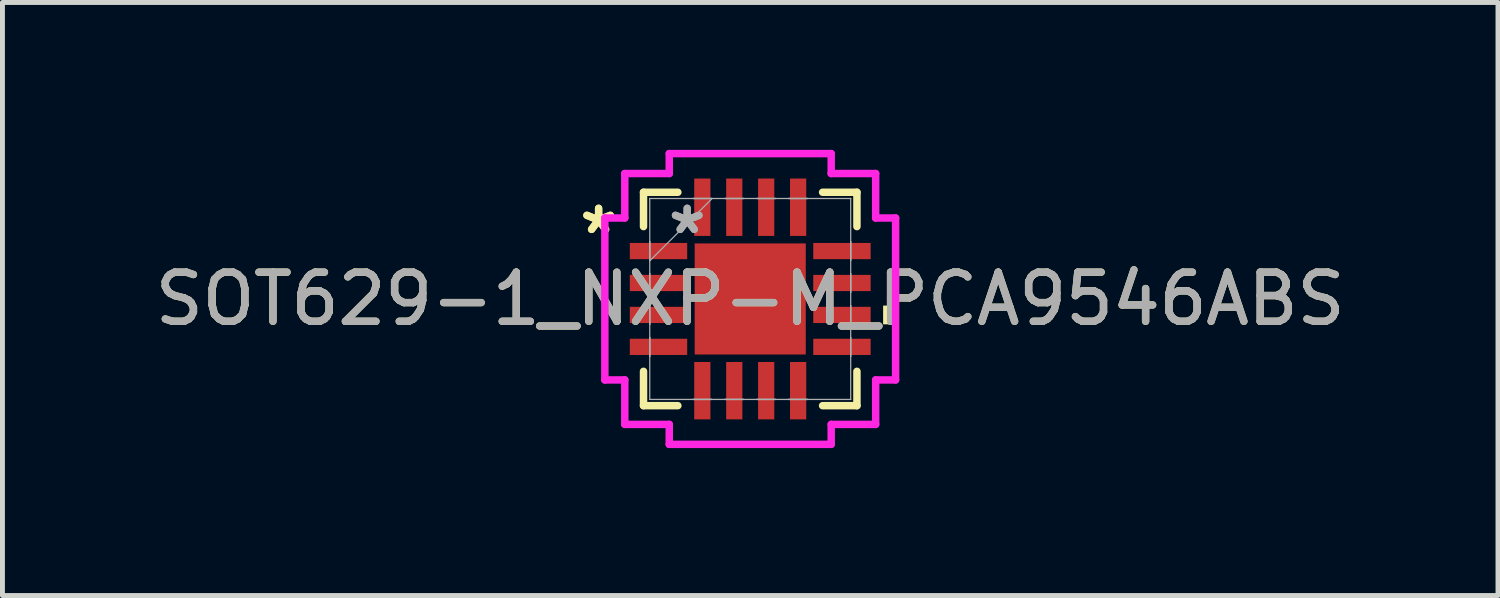
<source format=kicad_pcb>
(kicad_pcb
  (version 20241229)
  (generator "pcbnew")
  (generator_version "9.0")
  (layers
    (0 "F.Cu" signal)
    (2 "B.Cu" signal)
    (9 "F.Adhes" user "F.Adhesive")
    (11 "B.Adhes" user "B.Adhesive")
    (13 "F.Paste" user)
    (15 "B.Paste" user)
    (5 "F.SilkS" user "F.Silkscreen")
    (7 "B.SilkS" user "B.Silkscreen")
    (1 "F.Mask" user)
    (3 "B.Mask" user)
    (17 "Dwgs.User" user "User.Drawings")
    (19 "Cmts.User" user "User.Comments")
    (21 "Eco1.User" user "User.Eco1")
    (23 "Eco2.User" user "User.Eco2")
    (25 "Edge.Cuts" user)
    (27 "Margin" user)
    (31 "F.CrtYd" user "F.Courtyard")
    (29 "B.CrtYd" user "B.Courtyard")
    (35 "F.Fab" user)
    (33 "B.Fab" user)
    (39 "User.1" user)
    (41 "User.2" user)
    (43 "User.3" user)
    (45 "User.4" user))
  (footprint "SOT629-1_NXP-M_PCA9546ABS"
    (layer "F.Cu")
    (at 12.22 3.035)
    (property "Reference" "SOT629-1_NXP-M_PCA9546ABS" (at 0 0 0) (unlocked yes) (layer "F.SilkS") (effects (font (size 1 1) (thickness 0.15))))
    (attr smd)
    (fp_line (start -2.172 -2.172) (end -2.172 -1.473) (stroke (width 0.152) (type solid)) (layer "F.SilkS"))
    (fp_line (start -2.172 1.473) (end -2.172 2.172) (stroke (width 0.152) (type solid)) (layer "F.SilkS"))
    (fp_line (start -2.172 2.172) (end -1.473 2.172) (stroke (width 0.152) (type solid)) (layer "F.SilkS"))
    (fp_line (start -1.473 -2.172) (end -2.172 -2.172) (stroke (width 0.152) (type solid)) (layer "F.SilkS"))
    (fp_line (start 1.473 2.172) (end 2.172 2.172) (stroke (width 0.152) (type solid)) (layer "F.SilkS"))
    (fp_line (start 2.172 -2.172) (end 1.473 -2.172) (stroke (width 0.152) (type solid)) (layer "F.SilkS"))
    (fp_line (start 2.172 -1.473) (end 2.172 -2.172) (stroke (width 0.152) (type solid)) (layer "F.SilkS"))
    (fp_line (start 2.172 2.172) (end 2.172 1.473) (stroke (width 0.152) (type solid)) (layer "F.SilkS"))
    (fp_poly (pts (xy 2.959 0.135) (xy 2.959 0.516) (xy 2.705 0.516) (xy 2.705 0.135)) (stroke (width 0) (type solid)) (fill yes) (layer "F.SilkS"))
    (fp_line (start -2.959 -1.648) (end -2.553 -1.648) (stroke (width 0.152) (type solid)) (layer "F.CrtYd"))
    (fp_line (start -2.959 1.648) (end -2.959 -1.648) (stroke (width 0.152) (type solid)) (layer "F.CrtYd"))
    (fp_line (start -2.553 -2.553) (end -1.648 -2.553) (stroke (width 0.152) (type solid)) (layer "F.CrtYd"))
    (fp_line (start -2.553 -1.648) (end -2.553 -2.553) (stroke (width 0.152) (type solid)) (layer "F.CrtYd"))
    (fp_line (start -2.553 1.648) (end -2.959 1.648) (stroke (width 0.152) (type solid)) (layer "F.CrtYd"))
    (fp_line (start -2.553 2.553) (end -2.553 1.648) (stroke (width 0.152) (type solid)) (layer "F.CrtYd"))
    (fp_line (start -1.648 -2.959) (end 1.648 -2.959) (stroke (width 0.152) (type solid)) (layer "F.CrtYd"))
    (fp_line (start -1.648 -2.553) (end -1.648 -2.959) (stroke (width 0.152) (type solid)) (layer "F.CrtYd"))
    (fp_line (start -1.648 2.553) (end -2.553 2.553) (stroke (width 0.152) (type solid)) (layer "F.CrtYd"))
    (fp_line (start -1.648 2.959) (end -1.648 2.553) (stroke (width 0.152) (type solid)) (layer "F.CrtYd"))
    (fp_line (start 1.648 -2.959) (end 1.648 -2.553) (stroke (width 0.152) (type solid)) (layer "F.CrtYd"))
    (fp_line (start 1.648 -2.553) (end 2.553 -2.553) (stroke (width 0.152) (type solid)) (layer "F.CrtYd"))
    (fp_line (start 1.648 2.553) (end 1.648 2.959) (stroke (width 0.152) (type solid)) (layer "F.CrtYd"))
    (fp_line (start 1.648 2.959) (end -1.648 2.959) (stroke (width 0.152) (type solid)) (layer "F.CrtYd"))
    (fp_line (start 2.553 -2.553) (end 2.553 -1.648) (stroke (width 0.152) (type solid)) (layer "F.CrtYd"))
    (fp_line (start 2.553 -1.648) (end 2.959 -1.648) (stroke (width 0.152) (type solid)) (layer "F.CrtYd"))
    (fp_line (start 2.553 1.648) (end 2.553 2.553) (stroke (width 0.152) (type solid)) (layer "F.CrtYd"))
    (fp_line (start 2.553 2.553) (end 1.648 2.553) (stroke (width 0.152) (type solid)) (layer "F.CrtYd"))
    (fp_line (start 2.959 -1.648) (end 2.959 1.648) (stroke (width 0.152) (type solid)) (layer "F.CrtYd"))
    (fp_line (start 2.959 1.648) (end 2.553 1.648) (stroke (width 0.152) (type solid)) (layer "F.CrtYd"))
    (fp_line (start -2.045 -2.045) (end -2.045 -2.045) (stroke (width 0.025) (type solid)) (layer "F.Fab"))
    (fp_line (start -2.045 -2.045) (end -2.045 2.045) (stroke (width 0.025) (type solid)) (layer "F.Fab"))
    (fp_line (start -2.045 -1.165) (end -2.045 -1.165) (stroke (width 0.025) (type solid)) (layer "F.Fab"))
    (fp_line (start -2.045 -1.165) (end -2.045 -0.784) (stroke (width 0.025) (type solid)) (layer "F.Fab"))
    (fp_line (start -2.045 -0.784) (end -2.045 -1.165) (stroke (width 0.025) (type solid)) (layer "F.Fab"))
    (fp_line (start -2.045 -0.784) (end -2.045 -0.784) (stroke (width 0.025) (type solid)) (layer "F.Fab"))
    (fp_line (start -2.045 -0.775) (end -0.775 -2.045) (stroke (width 0.025) (type solid)) (layer "F.Fab"))
    (fp_line (start -2.045 -0.515) (end -2.045 -0.515) (stroke (width 0.025) (type solid)) (layer "F.Fab"))
    (fp_line (start -2.045 -0.515) (end -2.045 -0.135) (stroke (width 0.025) (type solid)) (layer "F.Fab"))
    (fp_line (start -2.045 -0.135) (end -2.045 -0.515) (stroke (width 0.025) (type solid)) (layer "F.Fab"))
    (fp_line (start -2.045 -0.135) (end -2.045 -0.135) (stroke (width 0.025) (type solid)) (layer "F.Fab"))
    (fp_line (start -2.045 0.135) (end -2.045 0.135) (stroke (width 0.025) (type solid)) (layer "F.Fab"))
    (fp_line (start -2.045 0.135) (end -2.045 0.515) (stroke (width 0.025) (type solid)) (layer "F.Fab"))
    (fp_line (start -2.045 0.515) (end -2.045 0.135) (stroke (width 0.025) (type solid)) (layer "F.Fab"))
    (fp_line (start -2.045 0.515) (end -2.045 0.515) (stroke (width 0.025) (type solid)) (layer "F.Fab"))
    (fp_line (start -2.045 0.784) (end -2.045 0.784) (stroke (width 0.025) (type solid)) (layer "F.Fab"))
    (fp_line (start -2.045 0.784) (end -2.045 1.165) (stroke (width 0.025) (type solid)) (layer "F.Fab"))
    (fp_line (start -2.045 1.165) (end -2.045 0.784) (stroke (width 0.025) (type solid)) (layer "F.Fab"))
    (fp_line (start -2.045 1.165) (end -2.045 1.165) (stroke (width 0.025) (type solid)) (layer "F.Fab"))
    (fp_line (start -2.045 2.045) (end -2.045 2.045) (stroke (width 0.025) (type solid)) (layer "F.Fab"))
    (fp_line (start -2.045 2.045) (end 2.045 2.045) (stroke (width 0.025) (type solid)) (layer "F.Fab"))
    (fp_line (start -1.165 -2.045) (end -1.165 -2.045) (stroke (width 0.025) (type solid)) (layer "F.Fab"))
    (fp_line (start -1.165 -2.045) (end -0.784 -2.045) (stroke (width 0.025) (type solid)) (layer "F.Fab"))
    (fp_line (start -1.165 2.045) (end -1.165 2.045) (stroke (width 0.025) (type solid)) (layer "F.Fab"))
    (fp_line (start -1.165 2.045) (end -0.784 2.045) (stroke (width 0.025) (type solid)) (layer "F.Fab"))
    (fp_line (start -0.784 -2.045) (end -1.165 -2.045) (stroke (width 0.025) (type solid)) (layer "F.Fab"))
    (fp_line (start -0.784 -2.045) (end -0.784 -2.045) (stroke (width 0.025) (type solid)) (layer "F.Fab"))
    (fp_line (start -0.784 2.045) (end -1.165 2.045) (stroke (width 0.025) (type solid)) (layer "F.Fab"))
    (fp_line (start -0.784 2.045) (end -0.784 2.045) (stroke (width 0.025) (type solid)) (layer "F.Fab"))
    (fp_line (start -0.515 -2.045) (end -0.515 -2.045) (stroke (width 0.025) (type solid)) (layer "F.Fab"))
    (fp_line (start -0.515 -2.045) (end -0.135 -2.045) (stroke (width 0.025) (type solid)) (layer "F.Fab"))
    (fp_line (start -0.515 2.045) (end -0.515 2.045) (stroke (width 0.025) (type solid)) (layer "F.Fab"))
    (fp_line (start -0.515 2.045) (end -0.135 2.045) (stroke (width 0.025) (type solid)) (layer "F.Fab"))
    (fp_line (start -0.135 -2.045) (end -0.515 -2.045) (stroke (width 0.025) (type solid)) (layer "F.Fab"))
    (fp_line (start -0.135 -2.045) (end -0.135 -2.045) (stroke (width 0.025) (type solid)) (layer "F.Fab"))
    (fp_line (start -0.135 2.045) (end -0.515 2.045) (stroke (width 0.025) (type solid)) (layer "F.Fab"))
    (fp_line (start -0.135 2.045) (end -0.135 2.045) (stroke (width 0.025) (type solid)) (layer "F.Fab"))
    (fp_line (start 0.135 -2.045) (end 0.135 -2.045) (stroke (width 0.025) (type solid)) (layer "F.Fab"))
    (fp_line (start 0.135 -2.045) (end 0.515 -2.045) (stroke (width 0.025) (type solid)) (layer "F.Fab"))
    (fp_line (start 0.135 2.045) (end 0.135 2.045) (stroke (width 0.025) (type solid)) (layer "F.Fab"))
    (fp_line (start 0.135 2.045) (end 0.515 2.045) (stroke (width 0.025) (type solid)) (layer "F.Fab"))
    (fp_line (start 0.515 -2.045) (end 0.135 -2.045) (stroke (width 0.025) (type solid)) (layer "F.Fab"))
    (fp_line (start 0.515 -2.045) (end 0.515 -2.045) (stroke (width 0.025) (type solid)) (layer "F.Fab"))
    (fp_line (start 0.515 2.045) (end 0.135 2.045) (stroke (width 0.025) (type solid)) (layer "F.Fab"))
    (fp_line (start 0.515 2.045) (end 0.515 2.045) (stroke (width 0.025) (type solid)) (layer "F.Fab"))
    (fp_line (start 0.784 -2.045) (end 0.784 -2.045) (stroke (width 0.025) (type solid)) (layer "F.Fab"))
    (fp_line (start 0.784 -2.045) (end 1.165 -2.045) (stroke (width 0.025) (type solid)) (layer "F.Fab"))
    (fp_line (start 0.784 2.045) (end 0.784 2.045) (stroke (width 0.025) (type solid)) (layer "F.Fab"))
    (fp_line (start 0.784 2.045) (end 1.165 2.045) (stroke (width 0.025) (type solid)) (layer "F.Fab"))
    (fp_line (start 1.165 -2.045) (end 0.784 -2.045) (stroke (width 0.025) (type solid)) (layer "F.Fab"))
    (fp_line (start 1.165 -2.045) (end 1.165 -2.045) (stroke (width 0.025) (type solid)) (layer "F.Fab"))
    (fp_line (start 1.165 2.045) (end 0.784 2.045) (stroke (width 0.025) (type solid)) (layer "F.Fab"))
    (fp_line (start 1.165 2.045) (end 1.165 2.045) (stroke (width 0.025) (type solid)) (layer "F.Fab"))
    (fp_line (start 2.045 -2.045) (end -2.045 -2.045) (stroke (width 0.025) (type solid)) (layer "F.Fab"))
    (fp_line (start 2.045 -2.045) (end 2.045 -2.045) (stroke (width 0.025) (type solid)) (layer "F.Fab"))
    (fp_line (start 2.045 -1.165) (end 2.045 -1.165) (stroke (width 0.025) (type solid)) (layer "F.Fab"))
    (fp_line (start 2.045 -1.165) (end 2.045 -0.784) (stroke (width 0.025) (type solid)) (layer "F.Fab"))
    (fp_line (start 2.045 -0.784) (end 2.045 -1.165) (stroke (width 0.025) (type solid)) (layer "F.Fab"))
    (fp_line (start 2.045 -0.784) (end 2.045 -0.784) (stroke (width 0.025) (type solid)) (layer "F.Fab"))
    (fp_line (start 2.045 -0.515) (end 2.045 -0.515) (stroke (width 0.025) (type solid)) (layer "F.Fab"))
    (fp_line (start 2.045 -0.515) (end 2.045 -0.135) (stroke (width 0.025) (type solid)) (layer "F.Fab"))
    (fp_line (start 2.045 -0.135) (end 2.045 -0.515) (stroke (width 0.025) (type solid)) (layer "F.Fab"))
    (fp_line (start 2.045 -0.135) (end 2.045 -0.135) (stroke (width 0.025) (type solid)) (layer "F.Fab"))
    (fp_line (start 2.045 0.135) (end 2.045 0.135) (stroke (width 0.025) (type solid)) (layer "F.Fab"))
    (fp_line (start 2.045 0.135) (end 2.045 0.515) (stroke (width 0.025) (type solid)) (layer "F.Fab"))
    (fp_line (start 2.045 0.515) (end 2.045 0.135) (stroke (width 0.025) (type solid)) (layer "F.Fab"))
    (fp_line (start 2.045 0.515) (end 2.045 0.515) (stroke (width 0.025) (type solid)) (layer "F.Fab"))
    (fp_line (start 2.045 0.784) (end 2.045 0.784) (stroke (width 0.025) (type solid)) (layer "F.Fab"))
    (fp_line (start 2.045 0.784) (end 2.045 1.165) (stroke (width 0.025) (type solid)) (layer "F.Fab"))
    (fp_line (start 2.045 1.165) (end 2.045 0.784) (stroke (width 0.025) (type solid)) (layer "F.Fab"))
    (fp_line (start 2.045 1.165) (end 2.045 1.165) (stroke (width 0.025) (type solid)) (layer "F.Fab"))
    (fp_line (start 2.045 2.045) (end 2.045 -2.045) (stroke (width 0.025) (type solid)) (layer "F.Fab"))
    (fp_line (start 2.045 2.045) (end 2.045 2.045) (stroke (width 0.025) (type solid)) (layer "F.Fab"))
    (fp_text user "*" (at -3.086 -1.3 0) (unlocked yes) (layer "F.SilkS") (effects (font (size 1 1) (thickness 0.15))))
    (fp_text user "*" (at -3.086 -1.3 0) (layer "F.SilkS") (effects (font (size 1 1) (thickness 0.15))))
    (fp_text user "*" (at -1.283 -1.3 0) (layer "F.Fab") (effects (font (size 1 1) (thickness 0.15))))
    (fp_text user "*" (at -1.283 -1.3 0) (unlocked yes) (layer "F.Fab") (effects (font (size 1 1) (thickness 0.15))))
    (fp_text user "${REFERENCE}" (at 0 0 0) (unlocked yes) (layer "F.Fab") (effects (font (size 1 1) (thickness 0.15))))
    (pad "1" smd rect (at -1.867 -0.975 90) (size 0.33 1.168) (layers "F.Cu" "F.Mask" "F.Paste"))
    (pad "2" smd rect (at -1.867 -0.325 90) (size 0.33 1.168) (layers "F.Cu" "F.Mask" "F.Paste"))
    (pad "3" smd rect (at -1.867 0.325 90) (size 0.33 1.168) (layers "F.Cu" "F.Mask" "F.Paste"))
    (pad "4" smd rect (at -1.867 0.975 90) (size 0.33 1.168) (layers "F.Cu" "F.Mask" "F.Paste"))
    (pad "5" smd rect (at -0.975 1.867) (size 0.33 1.168) (layers "F.Cu" "F.Mask" "F.Paste"))
    (pad "6" smd rect (at -0.325 1.867) (size 0.33 1.168) (layers "F.Cu" "F.Mask" "F.Paste"))
    (pad "7" smd rect (at 0.325 1.867) (size 0.33 1.168) (layers "F.Cu" "F.Mask" "F.Paste"))
    (pad "8" smd rect (at 0.975 1.867) (size 0.33 1.168) (layers "F.Cu" "F.Mask" "F.Paste"))
    (pad "9" smd rect (at 1.867 0.975 90) (size 0.33 1.168) (layers "F.Cu" "F.Mask" "F.Paste"))
    (pad "10" smd rect (at 1.867 0.325 90) (size 0.33 1.168) (layers "F.Cu" "F.Mask" "F.Paste"))
    (pad "11" smd rect (at 1.867 -0.325 90) (size 0.33 1.168) (layers "F.Cu" "F.Mask" "F.Paste"))
    (pad "12" smd rect (at 1.867 -0.975 90) (size 0.33 1.168) (layers "F.Cu" "F.Mask" "F.Paste"))
    (pad "13" smd rect (at 0.975 -1.867) (size 0.33 1.168) (layers "F.Cu" "F.Mask" "F.Paste"))
    (pad "14" smd rect (at 0.325 -1.867) (size 0.33 1.168) (layers "F.Cu" "F.Mask" "F.Paste"))
    (pad "15" smd rect (at -0.325 -1.867) (size 0.33 1.168) (layers "F.Cu" "F.Mask" "F.Paste"))
    (pad "16" smd rect (at -0.975 -1.867) (size 0.33 1.168) (layers "F.Cu" "F.Mask" "F.Paste"))
    (pad "17" smd rect (at 0 0) (size 2.261 2.261) (layers "F.Cu" "F.Mask" "F.Paste")))
  (gr_rect
    (start -3 -3)
    (end 27.44 9.071)
    (stroke (width 0.1) (type default))
    (fill no)
    (layer "Edge.Cuts")))
</source>
